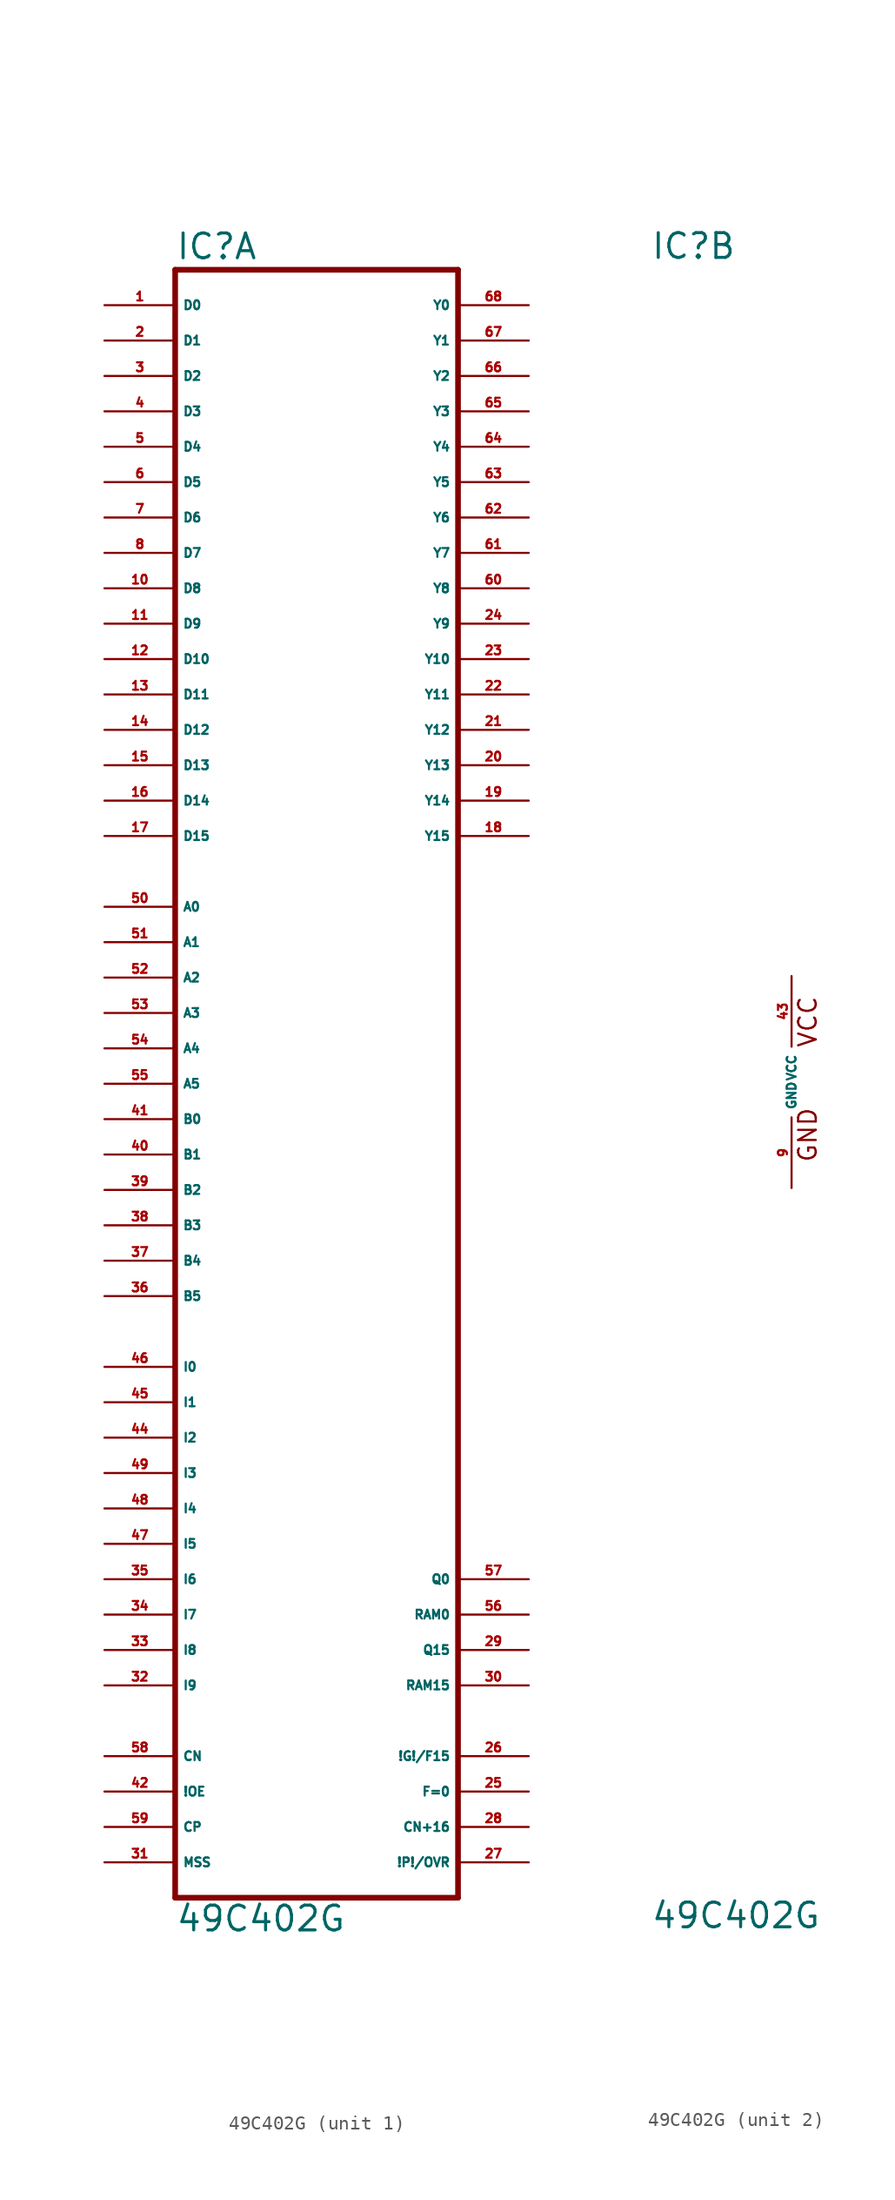
<source format=kicad_sym>
(kicad_symbol_lib
  (version 20220914)
  (generator Eagle2Kicad)
  (symbol "49C402G"
    (property "Reference" "IC"
      (at -10.16 59.055 0)
      (effects (font (size 1.778 1.778) (thickness 0.22)) (justify left bottom)))
    (property "Value" "49C402G"
      (at -10.16 -60.96 0)
      (effects (font (size 1.778 1.778) (thickness 0.22)) (justify left bottom)))
    (symbol "49C402G_1_0"
      (polyline (pts (xy -10.16 -58.42) (xy 10.16 -58.42)) (stroke (width 0.406) (type default)) (fill (type none)))
      (polyline (pts (xy 10.16 -58.42) (xy 10.16 58.42)) (stroke (width 0.406) (type default)) (fill (type none)))
      (polyline (pts (xy 10.16 58.42) (xy -10.16 58.42)) (stroke (width 0.406) (type default)) (fill (type none)))
      (polyline (pts (xy -10.16 58.42) (xy -10.16 -58.42)) (stroke (width 0.406) (type default)) (fill (type none)))
      (pin input line (at -15.24 12.7 0) (length 5.08) (name "A0" (effects (font (size 0.635 0.635) (thickness 0.08)) (justify left bottom))) (number "50" (effects (font (size 0.635 0.635) (thickness 0.08)) (justify left bottom))))
      (pin input line (at -15.24 10.16 0) (length 5.08) (name "A1" (effects (font (size 0.635 0.635) (thickness 0.08)) (justify left bottom))) (number "51" (effects (font (size 0.635 0.635) (thickness 0.08)) (justify left bottom))))
      (pin input line (at -15.24 7.62 0) (length 5.08) (name "A2" (effects (font (size 0.635 0.635) (thickness 0.08)) (justify left bottom))) (number "52" (effects (font (size 0.635 0.635) (thickness 0.08)) (justify left bottom))))
      (pin input line (at -15.24 5.08 0) (length 5.08) (name "A3" (effects (font (size 0.635 0.635) (thickness 0.08)) (justify left bottom))) (number "53" (effects (font (size 0.635 0.635) (thickness 0.08)) (justify left bottom))))
      (pin input line (at -15.24 -2.54 0) (length 5.08) (name "B0" (effects (font (size 0.635 0.635) (thickness 0.08)) (justify left bottom))) (number "41" (effects (font (size 0.635 0.635) (thickness 0.08)) (justify left bottom))))
      (pin input line (at -15.24 -5.08 0) (length 5.08) (name "B1" (effects (font (size 0.635 0.635) (thickness 0.08)) (justify left bottom))) (number "40" (effects (font (size 0.635 0.635) (thickness 0.08)) (justify left bottom))))
      (pin input line (at -15.24 -7.62 0) (length 5.08) (name "B2" (effects (font (size 0.635 0.635) (thickness 0.08)) (justify left bottom))) (number "39" (effects (font (size 0.635 0.635) (thickness 0.08)) (justify left bottom))))
      (pin input line (at -15.24 -10.16 0) (length 5.08) (name "B3" (effects (font (size 0.635 0.635) (thickness 0.08)) (justify left bottom))) (number "38" (effects (font (size 0.635 0.635) (thickness 0.08)) (justify left bottom))))
      (pin input line (at -15.24 55.88 0) (length 5.08) (name "D0" (effects (font (size 0.635 0.635) (thickness 0.08)) (justify left bottom))) (number "1" (effects (font (size 0.635 0.635) (thickness 0.08)) (justify left bottom))))
      (pin input line (at -15.24 53.34 0) (length 5.08) (name "D1" (effects (font (size 0.635 0.635) (thickness 0.08)) (justify left bottom))) (number "2" (effects (font (size 0.635 0.635) (thickness 0.08)) (justify left bottom))))
      (pin input line (at -15.24 50.8 0) (length 5.08) (name "D2" (effects (font (size 0.635 0.635) (thickness 0.08)) (justify left bottom))) (number "3" (effects (font (size 0.635 0.635) (thickness 0.08)) (justify left bottom))))
      (pin input line (at -15.24 48.26 0) (length 5.08) (name "D3" (effects (font (size 0.635 0.635) (thickness 0.08)) (justify left bottom))) (number "4" (effects (font (size 0.635 0.635) (thickness 0.08)) (justify left bottom))))
      (pin input line (at -15.24 45.72 0) (length 5.08) (name "D4" (effects (font (size 0.635 0.635) (thickness 0.08)) (justify left bottom))) (number "5" (effects (font (size 0.635 0.635) (thickness 0.08)) (justify left bottom))))
      (pin input line (at -15.24 43.18 0) (length 5.08) (name "D5" (effects (font (size 0.635 0.635) (thickness 0.08)) (justify left bottom))) (number "6" (effects (font (size 0.635 0.635) (thickness 0.08)) (justify left bottom))))
      (pin input line (at -15.24 40.64 0) (length 5.08) (name "D6" (effects (font (size 0.635 0.635) (thickness 0.08)) (justify left bottom))) (number "7" (effects (font (size 0.635 0.635) (thickness 0.08)) (justify left bottom))))
      (pin input line (at -15.24 38.1 0) (length 5.08) (name "D7" (effects (font (size 0.635 0.635) (thickness 0.08)) (justify left bottom))) (number "8" (effects (font (size 0.635 0.635) (thickness 0.08)) (justify left bottom))))
      (pin input line (at -15.24 35.56 0) (length 5.08) (name "D8" (effects (font (size 0.635 0.635) (thickness 0.08)) (justify left bottom))) (number "10" (effects (font (size 0.635 0.635) (thickness 0.08)) (justify left bottom))))
      (pin input line (at -15.24 33.02 0) (length 5.08) (name "D9" (effects (font (size 0.635 0.635) (thickness 0.08)) (justify left bottom))) (number "11" (effects (font (size 0.635 0.635) (thickness 0.08)) (justify left bottom))))
      (pin input line (at -15.24 30.48 0) (length 5.08) (name "D10" (effects (font (size 0.635 0.635) (thickness 0.08)) (justify left bottom))) (number "12" (effects (font (size 0.635 0.635) (thickness 0.08)) (justify left bottom))))
      (pin input line (at -15.24 27.94 0) (length 5.08) (name "D11" (effects (font (size 0.635 0.635) (thickness 0.08)) (justify left bottom))) (number "13" (effects (font (size 0.635 0.635) (thickness 0.08)) (justify left bottom))))
      (pin input line (at -15.24 25.4 0) (length 5.08) (name "D12" (effects (font (size 0.635 0.635) (thickness 0.08)) (justify left bottom))) (number "14" (effects (font (size 0.635 0.635) (thickness 0.08)) (justify left bottom))))
      (pin input line (at -15.24 22.86 0) (length 5.08) (name "D13" (effects (font (size 0.635 0.635) (thickness 0.08)) (justify left bottom))) (number "15" (effects (font (size 0.635 0.635) (thickness 0.08)) (justify left bottom))))
      (pin input line (at -15.24 20.32 0) (length 5.08) (name "D14" (effects (font (size 0.635 0.635) (thickness 0.08)) (justify left bottom))) (number "16" (effects (font (size 0.635 0.635) (thickness 0.08)) (justify left bottom))))
      (pin input line (at -15.24 17.78 0) (length 5.08) (name "D15" (effects (font (size 0.635 0.635) (thickness 0.08)) (justify left bottom))) (number "17" (effects (font (size 0.635 0.635) (thickness 0.08)) (justify left bottom))))
      (pin input line (at -15.24 -20.32 0) (length 5.08) (name "I0" (effects (font (size 0.635 0.635) (thickness 0.08)) (justify left bottom))) (number "46" (effects (font (size 0.635 0.635) (thickness 0.08)) (justify left bottom))))
      (pin input line (at -15.24 -22.86 0) (length 5.08) (name "I1" (effects (font (size 0.635 0.635) (thickness 0.08)) (justify left bottom))) (number "45" (effects (font (size 0.635 0.635) (thickness 0.08)) (justify left bottom))))
      (pin input line (at -15.24 -25.4 0) (length 5.08) (name "I2" (effects (font (size 0.635 0.635) (thickness 0.08)) (justify left bottom))) (number "44" (effects (font (size 0.635 0.635) (thickness 0.08)) (justify left bottom))))
      (pin input line (at -15.24 -27.94 0) (length 5.08) (name "I3" (effects (font (size 0.635 0.635) (thickness 0.08)) (justify left bottom))) (number "49" (effects (font (size 0.635 0.635) (thickness 0.08)) (justify left bottom))))
      (pin input line (at -15.24 -30.48 0) (length 5.08) (name "I4" (effects (font (size 0.635 0.635) (thickness 0.08)) (justify left bottom))) (number "48" (effects (font (size 0.635 0.635) (thickness 0.08)) (justify left bottom))))
      (pin input line (at -15.24 -33.02 0) (length 5.08) (name "I5" (effects (font (size 0.635 0.635) (thickness 0.08)) (justify left bottom))) (number "47" (effects (font (size 0.635 0.635) (thickness 0.08)) (justify left bottom))))
      (pin input line (at -15.24 -35.56 0) (length 5.08) (name "I6" (effects (font (size 0.635 0.635) (thickness 0.08)) (justify left bottom))) (number "35" (effects (font (size 0.635 0.635) (thickness 0.08)) (justify left bottom))))
      (pin input line (at -15.24 -38.1 0) (length 5.08) (name "I7" (effects (font (size 0.635 0.635) (thickness 0.08)) (justify left bottom))) (number "34" (effects (font (size 0.635 0.635) (thickness 0.08)) (justify left bottom))))
      (pin input line (at -15.24 -40.64 0) (length 5.08) (name "I8" (effects (font (size 0.635 0.635) (thickness 0.08)) (justify left bottom))) (number "33" (effects (font (size 0.635 0.635) (thickness 0.08)) (justify left bottom))))
      (pin input line (at -15.24 -43.18 0) (length 5.08) (name "I9" (effects (font (size 0.635 0.635) (thickness 0.08)) (justify left bottom))) (number "32" (effects (font (size 0.635 0.635) (thickness 0.08)) (justify left bottom))))
      (pin input line (at -15.24 -48.26 0) (length 5.08) (name "CN" (effects (font (size 0.635 0.635) (thickness 0.08)) (justify left bottom))) (number "58" (effects (font (size 0.635 0.635) (thickness 0.08)) (justify left bottom))))
      (pin input line (at -15.24 -50.8 0) (length 5.08) (name "!OE" (effects (font (size 0.635 0.635) (thickness 0.08)) (justify left bottom))) (number "42" (effects (font (size 0.635 0.635) (thickness 0.08)) (justify left bottom))))
      (pin input line (at -15.24 -53.34 0) (length 5.08) (name "CP" (effects (font (size 0.635 0.635) (thickness 0.08)) (justify left bottom))) (number "59" (effects (font (size 0.635 0.635) (thickness 0.08)) (justify left bottom))))
      (pin input line (at -15.24 -55.88 0) (length 5.08) (name "MSS" (effects (font (size 0.635 0.635) (thickness 0.08)) (justify left bottom))) (number "31" (effects (font (size 0.635 0.635) (thickness 0.08)) (justify left bottom))))
      (pin output line (at 15.24 55.88 180) (length 5.08) (name "Y0" (effects (font (size 0.635 0.635) (thickness 0.08)) (justify left bottom))) (number "68" (effects (font (size 0.635 0.635) (thickness 0.08)) (justify left bottom))))
      (pin output line (at 15.24 53.34 180) (length 5.08) (name "Y1" (effects (font (size 0.635 0.635) (thickness 0.08)) (justify left bottom))) (number "67" (effects (font (size 0.635 0.635) (thickness 0.08)) (justify left bottom))))
      (pin output line (at 15.24 50.8 180) (length 5.08) (name "Y2" (effects (font (size 0.635 0.635) (thickness 0.08)) (justify left bottom))) (number "66" (effects (font (size 0.635 0.635) (thickness 0.08)) (justify left bottom))))
      (pin output line (at 15.24 48.26 180) (length 5.08) (name "Y3" (effects (font (size 0.635 0.635) (thickness 0.08)) (justify left bottom))) (number "65" (effects (font (size 0.635 0.635) (thickness 0.08)) (justify left bottom))))
      (pin output line (at 15.24 45.72 180) (length 5.08) (name "Y4" (effects (font (size 0.635 0.635) (thickness 0.08)) (justify left bottom))) (number "64" (effects (font (size 0.635 0.635) (thickness 0.08)) (justify left bottom))))
      (pin output line (at 15.24 43.18 180) (length 5.08) (name "Y5" (effects (font (size 0.635 0.635) (thickness 0.08)) (justify left bottom))) (number "63" (effects (font (size 0.635 0.635) (thickness 0.08)) (justify left bottom))))
      (pin output line (at 15.24 40.64 180) (length 5.08) (name "Y6" (effects (font (size 0.635 0.635) (thickness 0.08)) (justify left bottom))) (number "62" (effects (font (size 0.635 0.635) (thickness 0.08)) (justify left bottom))))
      (pin output line (at 15.24 38.1 180) (length 5.08) (name "Y7" (effects (font (size 0.635 0.635) (thickness 0.08)) (justify left bottom))) (number "61" (effects (font (size 0.635 0.635) (thickness 0.08)) (justify left bottom))))
      (pin output line (at 15.24 35.56 180) (length 5.08) (name "Y8" (effects (font (size 0.635 0.635) (thickness 0.08)) (justify left bottom))) (number "60" (effects (font (size 0.635 0.635) (thickness 0.08)) (justify left bottom))))
      (pin output line (at 15.24 33.02 180) (length 5.08) (name "Y9" (effects (font (size 0.635 0.635) (thickness 0.08)) (justify left bottom))) (number "24" (effects (font (size 0.635 0.635) (thickness 0.08)) (justify left bottom))))
      (pin output line (at 15.24 30.48 180) (length 5.08) (name "Y10" (effects (font (size 0.635 0.635) (thickness 0.08)) (justify left bottom))) (number "23" (effects (font (size 0.635 0.635) (thickness 0.08)) (justify left bottom))))
      (pin output line (at 15.24 27.94 180) (length 5.08) (name "Y11" (effects (font (size 0.635 0.635) (thickness 0.08)) (justify left bottom))) (number "22" (effects (font (size 0.635 0.635) (thickness 0.08)) (justify left bottom))))
      (pin output line (at 15.24 25.4 180) (length 5.08) (name "Y12" (effects (font (size 0.635 0.635) (thickness 0.08)) (justify left bottom))) (number "21" (effects (font (size 0.635 0.635) (thickness 0.08)) (justify left bottom))))
      (pin output line (at 15.24 22.86 180) (length 5.08) (name "Y13" (effects (font (size 0.635 0.635) (thickness 0.08)) (justify left bottom))) (number "20" (effects (font (size 0.635 0.635) (thickness 0.08)) (justify left bottom))))
      (pin output line (at 15.24 20.32 180) (length 5.08) (name "Y14" (effects (font (size 0.635 0.635) (thickness 0.08)) (justify left bottom))) (number "19" (effects (font (size 0.635 0.635) (thickness 0.08)) (justify left bottom))))
      (pin output line (at 15.24 17.78 180) (length 5.08) (name "Y15" (effects (font (size 0.635 0.635) (thickness 0.08)) (justify left bottom))) (number "18" (effects (font (size 0.635 0.635) (thickness 0.08)) (justify left bottom))))
      (pin output line (at 15.24 -55.88 180) (length 5.08) (name "!P!/OVR" (effects (font (size 0.635 0.635) (thickness 0.08)) (justify left bottom))) (number "27" (effects (font (size 0.635 0.635) (thickness 0.08)) (justify left bottom))))
      (pin output line (at 15.24 -53.34 180) (length 5.08) (name "CN+16" (effects (font (size 0.635 0.635) (thickness 0.08)) (justify left bottom))) (number "28" (effects (font (size 0.635 0.635) (thickness 0.08)) (justify left bottom))))
      (pin output line (at 15.24 -50.8 180) (length 5.08) (name "F=0" (effects (font (size 0.635 0.635) (thickness 0.08)) (justify left bottom))) (number "25" (effects (font (size 0.635 0.635) (thickness 0.08)) (justify left bottom))))
      (pin output line (at 15.24 -48.26 180) (length 5.08) (name "!G!/F15" (effects (font (size 0.635 0.635) (thickness 0.08)) (justify left bottom))) (number "26" (effects (font (size 0.635 0.635) (thickness 0.08)) (justify left bottom))))
      (pin bidirectional line (at 15.24 -43.18 180) (length 5.08) (name "RAM15" (effects (font (size 0.635 0.635) (thickness 0.08)) (justify left bottom))) (number "30" (effects (font (size 0.635 0.635) (thickness 0.08)) (justify left bottom))))
      (pin bidirectional line (at 15.24 -40.64 180) (length 5.08) (name "Q15" (effects (font (size 0.635 0.635) (thickness 0.08)) (justify left bottom))) (number "29" (effects (font (size 0.635 0.635) (thickness 0.08)) (justify left bottom))))
      (pin bidirectional line (at 15.24 -38.1 180) (length 5.08) (name "RAM0" (effects (font (size 0.635 0.635) (thickness 0.08)) (justify left bottom))) (number "56" (effects (font (size 0.635 0.635) (thickness 0.08)) (justify left bottom))))
      (pin bidirectional line (at 15.24 -35.56 180) (length 5.08) (name "Q0" (effects (font (size 0.635 0.635) (thickness 0.08)) (justify left bottom))) (number "57" (effects (font (size 0.635 0.635) (thickness 0.08)) (justify left bottom))))
      (pin input line (at -15.24 2.54 0) (length 5.08) (name "A4" (effects (font (size 0.635 0.635) (thickness 0.08)) (justify left bottom))) (number "54" (effects (font (size 0.635 0.635) (thickness 0.08)) (justify left bottom))))
      (pin input line (at -15.24 0 0) (length 5.08) (name "A5" (effects (font (size 0.635 0.635) (thickness 0.08)) (justify left bottom))) (number "55" (effects (font (size 0.635 0.635) (thickness 0.08)) (justify left bottom))))
      (pin input line (at -15.24 -12.7 0) (length 5.08) (name "B4" (effects (font (size 0.635 0.635) (thickness 0.08)) (justify left bottom))) (number "37" (effects (font (size 0.635 0.635) (thickness 0.08)) (justify left bottom))))
      (pin input line (at -15.24 -15.24 0) (length 5.08) (name "B5" (effects (font (size 0.635 0.635) (thickness 0.08)) (justify left bottom))) (number "36" (effects (font (size 0.635 0.635) (thickness 0.08)) (justify left bottom)))))
    (symbol "49C402G_2_0"
      (text "GND" (at 1.905 -5.842 900) (effects (font (size 1.27 1.27) (thickness 0.16)) (justify left bottom)))
      (text "VCC" (at 1.905 2.413 900) (effects (font (size 1.27 1.27) (thickness 0.16)) (justify left bottom)))
      (pin unspecified line (at 0 7.62 270) (length 5.08) (name "VCC" (effects (font (size 0.635 0.635) (thickness 0.08)) (justify left bottom))) (number "43" (effects (font (size 0.635 0.635) (thickness 0.08)) (justify left bottom))))
      (pin unspecified line (at 0 -7.62 90) (length 5.08) (name "GND" (effects (font (size 0.635 0.635) (thickness 0.08)) (justify left bottom))) (number "9" (effects (font (size 0.635 0.635) (thickness 0.08)) (justify left bottom)))))))
</source>
